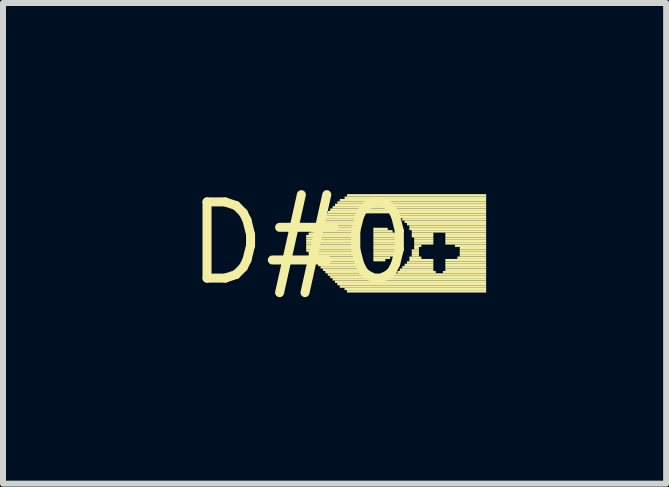
<source format=kicad_pcb>
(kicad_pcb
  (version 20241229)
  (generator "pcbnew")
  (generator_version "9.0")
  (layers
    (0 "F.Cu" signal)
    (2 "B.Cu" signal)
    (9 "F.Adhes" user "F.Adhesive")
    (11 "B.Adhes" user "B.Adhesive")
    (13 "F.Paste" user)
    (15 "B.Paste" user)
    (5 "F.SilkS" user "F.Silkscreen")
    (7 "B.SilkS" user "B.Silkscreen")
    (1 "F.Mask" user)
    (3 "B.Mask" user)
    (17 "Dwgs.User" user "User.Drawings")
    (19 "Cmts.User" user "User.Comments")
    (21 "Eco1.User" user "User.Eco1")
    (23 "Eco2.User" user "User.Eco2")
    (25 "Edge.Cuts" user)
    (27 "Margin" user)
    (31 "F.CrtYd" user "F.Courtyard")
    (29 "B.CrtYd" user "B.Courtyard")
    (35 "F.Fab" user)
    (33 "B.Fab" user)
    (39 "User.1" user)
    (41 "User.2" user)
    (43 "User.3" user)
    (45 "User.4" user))
  (footprint "D#0"
    (layer "F.Cu")
    (at 1.973 1.006)
    (property "Reference" "D#0" (at 0 0 0) (layer "F.SilkS") (effects (font (size 1.27 1.27) (thickness 0.15))))
    (fp_poly (pts (xy 0.08 -0.1) (xy 0.96 -0.1) (xy 0.96 -0.14) (xy 0.08 -0.14)) (stroke (width 0) (type default)) (fill yes) (layer "F.SilkS"))
    (fp_poly (pts (xy 0.08 -0.06) (xy 0.96 -0.06) (xy 0.96 -0.1) (xy 0.08 -0.1)) (stroke (width 0) (type default)) (fill yes) (layer "F.SilkS"))
    (fp_poly (pts (xy 0.08 -0.02) (xy 0.96 -0.02) (xy 0.96 -0.06) (xy 0.08 -0.06)) (stroke (width 0) (type default)) (fill yes) (layer "F.SilkS"))
    (fp_poly (pts (xy 0.08 0.02) (xy 0.96 0.02) (xy 0.96 -0.02) (xy 0.08 -0.02)) (stroke (width 0) (type default)) (fill yes) (layer "F.SilkS"))
    (fp_poly (pts (xy 0.08 0.06) (xy 0.96 0.06) (xy 0.96 0.02) (xy 0.08 0.02)) (stroke (width 0) (type default)) (fill yes) (layer "F.SilkS"))
    (fp_poly (pts (xy 0.08 0.1) (xy 0.96 0.1) (xy 0.96 0.06) (xy 0.08 0.06)) (stroke (width 0) (type default)) (fill yes) (layer "F.SilkS"))
    (fp_poly (pts (xy 0.08 0.14) (xy 0.96 0.14) (xy 0.96 0.1) (xy 0.08 0.1)) (stroke (width 0) (type default)) (fill yes) (layer "F.SilkS"))
    (fp_poly (pts (xy 0.12 -0.14) (xy 0.96 -0.14) (xy 0.96 -0.18) (xy 0.12 -0.18)) (stroke (width 0) (type default)) (fill yes) (layer "F.SilkS"))
    (fp_poly (pts (xy 0.12 0.18) (xy 0.96 0.18) (xy 0.96 0.14) (xy 0.12 0.14)) (stroke (width 0) (type default)) (fill yes) (layer "F.SilkS"))
    (fp_poly (pts (xy 0.16 -0.22) (xy 0.96 -0.22) (xy 0.96 -0.26) (xy 0.16 -0.26)) (stroke (width 0) (type default)) (fill yes) (layer "F.SilkS"))
    (fp_poly (pts (xy 0.16 -0.18) (xy 0.96 -0.18) (xy 0.96 -0.22) (xy 0.16 -0.22)) (stroke (width 0) (type default)) (fill yes) (layer "F.SilkS"))
    (fp_poly (pts (xy 0.16 0.22) (xy 0.96 0.22) (xy 0.96 0.18) (xy 0.16 0.18)) (stroke (width 0) (type default)) (fill yes) (layer "F.SilkS"))
    (fp_poly (pts (xy 0.16 0.26) (xy 0.96 0.26) (xy 0.96 0.22) (xy 0.16 0.22)) (stroke (width 0) (type default)) (fill yes) (layer "F.SilkS"))
    (fp_poly (pts (xy 0.2 -0.26) (xy 0.96 -0.26) (xy 0.96 -0.3) (xy 0.2 -0.3)) (stroke (width 0) (type default)) (fill yes) (layer "F.SilkS"))
    (fp_poly (pts (xy 0.2 0.3) (xy 0.96 0.3) (xy 0.96 0.26) (xy 0.2 0.26)) (stroke (width 0) (type default)) (fill yes) (layer "F.SilkS"))
    (fp_poly (pts (xy 0.24 -0.3) (xy 0.96 -0.3) (xy 0.96 -0.34) (xy 0.24 -0.34)) (stroke (width 0) (type default)) (fill yes) (layer "F.SilkS"))
    (fp_poly (pts (xy 0.24 0.34) (xy 0.96 0.34) (xy 0.96 0.3) (xy 0.24 0.3)) (stroke (width 0) (type default)) (fill yes) (layer "F.SilkS"))
    (fp_poly (pts (xy 0.28 -0.34) (xy 0.96 -0.34) (xy 0.96 -0.38) (xy 0.28 -0.38)) (stroke (width 0) (type default)) (fill yes) (layer "F.SilkS"))
    (fp_poly (pts (xy 0.28 0.38) (xy 0.96 0.38) (xy 0.96 0.34) (xy 0.28 0.34)) (stroke (width 0) (type default)) (fill yes) (layer "F.SilkS"))
    (fp_poly (pts (xy 0.32 -0.38) (xy 0.96 -0.38) (xy 0.96 -0.42) (xy 0.32 -0.42)) (stroke (width 0) (type default)) (fill yes) (layer "F.SilkS"))
    (fp_poly (pts (xy 0.32 0.42) (xy 0.96 0.42) (xy 0.96 0.38) (xy 0.32 0.38)) (stroke (width 0) (type default)) (fill yes) (layer "F.SilkS"))
    (fp_poly (pts (xy 0.36 -0.42) (xy 0.96 -0.42) (xy 0.96 -0.46) (xy 0.36 -0.46)) (stroke (width 0) (type default)) (fill yes) (layer "F.SilkS"))
    (fp_poly (pts (xy 0.36 0.46) (xy 0.96 0.46) (xy 0.96 0.42) (xy 0.36 0.42)) (stroke (width 0) (type default)) (fill yes) (layer "F.SilkS"))
    (fp_poly (pts (xy 0.4 -0.46) (xy 0.96 -0.46) (xy 0.96 -0.5) (xy 0.4 -0.5)) (stroke (width 0) (type default)) (fill yes) (layer "F.SilkS"))
    (fp_poly (pts (xy 0.4 0.5) (xy 0.96 0.5) (xy 0.96 0.46) (xy 0.4 0.46)) (stroke (width 0) (type default)) (fill yes) (layer "F.SilkS"))
    (fp_poly (pts (xy 0.44 -0.5) (xy 3.08 -0.5) (xy 3.08 -0.54) (xy 0.44 -0.54)) (stroke (width 0) (type default)) (fill yes) (layer "F.SilkS"))
    (fp_poly (pts (xy 0.44 0.54) (xy 1 0.54) (xy 1 0.5) (xy 0.44 0.5)) (stroke (width 0) (type default)) (fill yes) (layer "F.SilkS"))
    (fp_poly (pts (xy 0.48 -0.54) (xy 3.08 -0.54) (xy 3.08 -0.58) (xy 0.48 -0.58)) (stroke (width 0) (type default)) (fill yes) (layer "F.SilkS"))
    (fp_poly (pts (xy 0.48 0.58) (xy 3.08 0.58) (xy 3.08 0.54) (xy 0.48 0.54)) (stroke (width 0) (type default)) (fill yes) (layer "F.SilkS"))
    (fp_poly (pts (xy 0.52 -0.58) (xy 3.08 -0.58) (xy 3.08 -0.62) (xy 0.52 -0.62)) (stroke (width 0) (type default)) (fill yes) (layer "F.SilkS"))
    (fp_poly (pts (xy 0.52 0.62) (xy 3.08 0.62) (xy 3.08 0.58) (xy 0.52 0.58)) (stroke (width 0) (type default)) (fill yes) (layer "F.SilkS"))
    (fp_poly (pts (xy 0.56 -0.62) (xy 3.08 -0.62) (xy 3.08 -0.66) (xy 0.56 -0.66)) (stroke (width 0) (type default)) (fill yes) (layer "F.SilkS"))
    (fp_poly (pts (xy 0.56 0.66) (xy 3.08 0.66) (xy 3.08 0.62) (xy 0.56 0.62)) (stroke (width 0) (type default)) (fill yes) (layer "F.SilkS"))
    (fp_poly (pts (xy 0.6 -0.66) (xy 3.08 -0.66) (xy 3.08 -0.7) (xy 0.6 -0.7)) (stroke (width 0) (type default)) (fill yes) (layer "F.SilkS"))
    (fp_poly (pts (xy 0.6 0.7) (xy 3.08 0.7) (xy 3.08 0.66) (xy 0.6 0.66)) (stroke (width 0) (type default)) (fill yes) (layer "F.SilkS"))
    (fp_poly (pts (xy 0.64 -0.7) (xy 3.08 -0.7) (xy 3.08 -0.74) (xy 0.64 -0.74)) (stroke (width 0) (type default)) (fill yes) (layer "F.SilkS"))
    (fp_poly (pts (xy 0.64 0.74) (xy 3.08 0.74) (xy 3.08 0.7) (xy 0.64 0.7)) (stroke (width 0) (type default)) (fill yes) (layer "F.SilkS"))
    (fp_poly (pts (xy 0.72 -0.74) (xy 3.08 -0.74) (xy 3.08 -0.78) (xy 0.72 -0.78)) (stroke (width 0) (type default)) (fill yes) (layer "F.SilkS"))
    (fp_poly (pts (xy 0.72 0.78) (xy 3.08 0.78) (xy 3.08 0.74) (xy 0.72 0.74)) (stroke (width 0) (type default)) (fill yes) (layer "F.SilkS"))
    (fp_poly (pts (xy 0.76 -0.78) (xy 3.08 -0.78) (xy 3.08 -0.82) (xy 0.76 -0.82)) (stroke (width 0) (type default)) (fill yes) (layer "F.SilkS"))
    (fp_poly (pts (xy 0.76 0.82) (xy 3.08 0.82) (xy 3.08 0.78) (xy 0.76 0.78)) (stroke (width 0) (type default)) (fill yes) (layer "F.SilkS"))
    (fp_poly (pts (xy 1.2 -0.22) (xy 1.44 -0.22) (xy 1.44 -0.26) (xy 1.2 -0.26)) (stroke (width 0) (type default)) (fill yes) (layer "F.SilkS"))
    (fp_poly (pts (xy 1.2 -0.18) (xy 1.52 -0.18) (xy 1.52 -0.22) (xy 1.2 -0.22)) (stroke (width 0) (type default)) (fill yes) (layer "F.SilkS"))
    (fp_poly (pts (xy 1.2 -0.14) (xy 1.56 -0.14) (xy 1.56 -0.18) (xy 1.2 -0.18)) (stroke (width 0) (type default)) (fill yes) (layer "F.SilkS"))
    (fp_poly (pts (xy 1.2 -0.1) (xy 1.6 -0.1) (xy 1.6 -0.14) (xy 1.2 -0.14)) (stroke (width 0) (type default)) (fill yes) (layer "F.SilkS"))
    (fp_poly (pts (xy 1.2 -0.06) (xy 1.6 -0.06) (xy 1.6 -0.1) (xy 1.2 -0.1)) (stroke (width 0) (type default)) (fill yes) (layer "F.SilkS"))
    (fp_poly (pts (xy 1.2 -0.02) (xy 1.6 -0.02) (xy 1.6 -0.06) (xy 1.2 -0.06)) (stroke (width 0) (type default)) (fill yes) (layer "F.SilkS"))
    (fp_poly (pts (xy 1.2 0.02) (xy 1.6 0.02) (xy 1.6 -0.02) (xy 1.2 -0.02)) (stroke (width 0) (type default)) (fill yes) (layer "F.SilkS"))
    (fp_poly (pts (xy 1.2 0.06) (xy 1.6 0.06) (xy 1.6 0.02) (xy 1.2 0.02)) (stroke (width 0) (type default)) (fill yes) (layer "F.SilkS"))
    (fp_poly (pts (xy 1.2 0.1) (xy 1.6 0.1) (xy 1.6 0.06) (xy 1.2 0.06)) (stroke (width 0) (type default)) (fill yes) (layer "F.SilkS"))
    (fp_poly (pts (xy 1.2 0.14) (xy 1.6 0.14) (xy 1.6 0.1) (xy 1.2 0.1)) (stroke (width 0) (type default)) (fill yes) (layer "F.SilkS"))
    (fp_poly (pts (xy 1.2 0.18) (xy 1.56 0.18) (xy 1.56 0.14) (xy 1.2 0.14)) (stroke (width 0) (type default)) (fill yes) (layer "F.SilkS"))
    (fp_poly (pts (xy 1.2 0.22) (xy 1.56 0.22) (xy 1.56 0.18) (xy 1.2 0.18)) (stroke (width 0) (type default)) (fill yes) (layer "F.SilkS"))
    (fp_poly (pts (xy 1.2 0.26) (xy 1.48 0.26) (xy 1.48 0.22) (xy 1.2 0.22)) (stroke (width 0) (type default)) (fill yes) (layer "F.SilkS"))
    (fp_poly (pts (xy 1.2 0.3) (xy 1.4 0.3) (xy 1.4 0.26) (xy 1.2 0.26)) (stroke (width 0) (type default)) (fill yes) (layer "F.SilkS"))
    (fp_poly (pts (xy 1.48 0.54) (xy 3.08 0.54) (xy 3.08 0.5) (xy 1.48 0.5)) (stroke (width 0) (type default)) (fill yes) (layer "F.SilkS"))
    (fp_poly (pts (xy 1.52 -0.46) (xy 3.08 -0.46) (xy 3.08 -0.5) (xy 1.52 -0.5)) (stroke (width 0) (type default)) (fill yes) (layer "F.SilkS"))
    (fp_poly (pts (xy 1.6 -0.42) (xy 3.08 -0.42) (xy 3.08 -0.46) (xy 1.6 -0.46)) (stroke (width 0) (type default)) (fill yes) (layer "F.SilkS"))
    (fp_poly (pts (xy 1.6 0.5) (xy 2.24 0.5) (xy 2.24 0.46) (xy 1.6 0.46)) (stroke (width 0) (type default)) (fill yes) (layer "F.SilkS"))
    (fp_poly (pts (xy 1.64 0.46) (xy 2.2 0.46) (xy 2.2 0.42) (xy 1.64 0.42)) (stroke (width 0) (type default)) (fill yes) (layer "F.SilkS"))
    (fp_poly (pts (xy 1.68 -0.38) (xy 3.08 -0.38) (xy 3.08 -0.42) (xy 1.68 -0.42)) (stroke (width 0) (type default)) (fill yes) (layer "F.SilkS"))
    (fp_poly (pts (xy 1.68 0.42) (xy 2.2 0.42) (xy 2.2 0.38) (xy 1.68 0.38)) (stroke (width 0) (type default)) (fill yes) (layer "F.SilkS"))
    (fp_poly (pts (xy 1.72 -0.34) (xy 3.08 -0.34) (xy 3.08 -0.38) (xy 1.72 -0.38)) (stroke (width 0) (type default)) (fill yes) (layer "F.SilkS"))
    (fp_poly (pts (xy 1.72 0.38) (xy 2.2 0.38) (xy 2.2 0.34) (xy 1.72 0.34)) (stroke (width 0) (type default)) (fill yes) (layer "F.SilkS"))
    (fp_poly (pts (xy 1.76 -0.3) (xy 3.08 -0.3) (xy 3.08 -0.34) (xy 1.76 -0.34)) (stroke (width 0) (type default)) (fill yes) (layer "F.SilkS"))
    (fp_poly (pts (xy 1.76 0.34) (xy 2.2 0.34) (xy 2.2 0.3) (xy 1.76 0.3)) (stroke (width 0) (type default)) (fill yes) (layer "F.SilkS"))
    (fp_poly (pts (xy 1.8 -0.26) (xy 3.08 -0.26) (xy 3.08 -0.3) (xy 1.8 -0.3)) (stroke (width 0) (type default)) (fill yes) (layer "F.SilkS"))
    (fp_poly (pts (xy 1.8 -0.22) (xy 3.08 -0.22) (xy 3.08 -0.26) (xy 1.8 -0.26)) (stroke (width 0) (type default)) (fill yes) (layer "F.SilkS"))
    (fp_poly (pts (xy 1.8 0.26) (xy 2 0.26) (xy 2 0.22) (xy 1.8 0.22)) (stroke (width 0) (type default)) (fill yes) (layer "F.SilkS"))
    (fp_poly (pts (xy 1.8 0.3) (xy 2.2 0.3) (xy 2.2 0.26) (xy 1.8 0.26)) (stroke (width 0) (type default)) (fill yes) (layer "F.SilkS"))
    (fp_poly (pts (xy 1.84 -0.18) (xy 3.08 -0.18) (xy 3.08 -0.22) (xy 1.84 -0.22)) (stroke (width 0) (type default)) (fill yes) (layer "F.SilkS"))
    (fp_poly (pts (xy 1.84 -0.14) (xy 2.2 -0.14) (xy 2.2 -0.18) (xy 1.84 -0.18)) (stroke (width 0) (type default)) (fill yes) (layer "F.SilkS"))
    (fp_poly (pts (xy 1.84 -0.1) (xy 2.2 -0.1) (xy 2.2 -0.14) (xy 1.84 -0.14)) (stroke (width 0) (type default)) (fill yes) (layer "F.SilkS"))
    (fp_poly (pts (xy 1.84 0.14) (xy 1.96 0.14) (xy 1.96 0.1) (xy 1.84 0.1)) (stroke (width 0) (type default)) (fill yes) (layer "F.SilkS"))
    (fp_poly (pts (xy 1.84 0.18) (xy 1.96 0.18) (xy 1.96 0.14) (xy 1.84 0.14)) (stroke (width 0) (type default)) (fill yes) (layer "F.SilkS"))
    (fp_poly (pts (xy 1.84 0.22) (xy 1.96 0.22) (xy 1.96 0.18) (xy 1.84 0.18)) (stroke (width 0) (type default)) (fill yes) (layer "F.SilkS"))
    (fp_poly (pts (xy 1.88 -0.06) (xy 2.2 -0.06) (xy 2.2 -0.1) (xy 1.88 -0.1)) (stroke (width 0) (type default)) (fill yes) (layer "F.SilkS"))
    (fp_poly (pts (xy 1.88 -0.02) (xy 2.2 -0.02) (xy 2.2 -0.06) (xy 1.88 -0.06)) (stroke (width 0) (type default)) (fill yes) (layer "F.SilkS"))
    (fp_poly (pts (xy 1.88 0.02) (xy 2.2 0.02) (xy 2.2 -0.02) (xy 1.88 -0.02)) (stroke (width 0) (type default)) (fill yes) (layer "F.SilkS"))
    (fp_poly (pts (xy 1.88 0.06) (xy 2 0.06) (xy 2 0.02) (xy 1.88 0.02)) (stroke (width 0) (type default)) (fill yes) (layer "F.SilkS"))
    (fp_poly (pts (xy 1.88 0.1) (xy 1.96 0.1) (xy 1.96 0.06) (xy 1.88 0.06)) (stroke (width 0) (type default)) (fill yes) (layer "F.SilkS"))
    (fp_poly (pts (xy 2.36 0.5) (xy 3.08 0.5) (xy 3.08 0.46) (xy 2.36 0.46)) (stroke (width 0) (type default)) (fill yes) (layer "F.SilkS"))
    (fp_poly (pts (xy 2.4 -0.14) (xy 3.08 -0.14) (xy 3.08 -0.18) (xy 2.4 -0.18)) (stroke (width 0) (type default)) (fill yes) (layer "F.SilkS"))
    (fp_poly (pts (xy 2.4 -0.1) (xy 3.08 -0.1) (xy 3.08 -0.14) (xy 2.4 -0.14)) (stroke (width 0) (type default)) (fill yes) (layer "F.SilkS"))
    (fp_poly (pts (xy 2.4 -0.06) (xy 3.08 -0.06) (xy 3.08 -0.1) (xy 2.4 -0.1)) (stroke (width 0) (type default)) (fill yes) (layer "F.SilkS"))
    (fp_poly (pts (xy 2.4 -0.02) (xy 3.08 -0.02) (xy 3.08 -0.06) (xy 2.4 -0.06)) (stroke (width 0) (type default)) (fill yes) (layer "F.SilkS"))
    (fp_poly (pts (xy 2.4 0.02) (xy 3.08 0.02) (xy 3.08 -0.02) (xy 2.4 -0.02)) (stroke (width 0) (type default)) (fill yes) (layer "F.SilkS"))
    (fp_poly (pts (xy 2.4 0.3) (xy 3.08 0.3) (xy 3.08 0.26) (xy 2.4 0.26)) (stroke (width 0) (type default)) (fill yes) (layer "F.SilkS"))
    (fp_poly (pts (xy 2.4 0.34) (xy 3.08 0.34) (xy 3.08 0.3) (xy 2.4 0.3)) (stroke (width 0) (type default)) (fill yes) (layer "F.SilkS"))
    (fp_poly (pts (xy 2.4 0.38) (xy 3.08 0.38) (xy 3.08 0.34) (xy 2.4 0.34)) (stroke (width 0) (type default)) (fill yes) (layer "F.SilkS"))
    (fp_poly (pts (xy 2.4 0.42) (xy 3.08 0.42) (xy 3.08 0.38) (xy 2.4 0.38)) (stroke (width 0) (type default)) (fill yes) (layer "F.SilkS"))
    (fp_poly (pts (xy 2.4 0.46) (xy 3.08 0.46) (xy 3.08 0.42) (xy 2.4 0.42)) (stroke (width 0) (type default)) (fill yes) (layer "F.SilkS"))
    (fp_poly (pts (xy 2.56 0.06) (xy 3.08 0.06) (xy 3.08 0.02) (xy 2.56 0.02)) (stroke (width 0) (type default)) (fill yes) (layer "F.SilkS"))
    (fp_poly (pts (xy 2.6 0.26) (xy 3.08 0.26) (xy 3.08 0.22) (xy 2.6 0.22)) (stroke (width 0) (type default)) (fill yes) (layer "F.SilkS"))
    (fp_poly (pts (xy 2.64 0.1) (xy 3.08 0.1) (xy 3.08 0.06) (xy 2.64 0.06)) (stroke (width 0) (type default)) (fill yes) (layer "F.SilkS"))
    (fp_poly (pts (xy 2.64 0.14) (xy 3.08 0.14) (xy 3.08 0.1) (xy 2.64 0.1)) (stroke (width 0) (type default)) (fill yes) (layer "F.SilkS"))
    (fp_poly (pts (xy 2.64 0.18) (xy 3.08 0.18) (xy 3.08 0.14) (xy 2.64 0.14)) (stroke (width 0) (type default)) (fill yes) (layer "F.SilkS"))
    (fp_poly (pts (xy 2.64 0.22) (xy 3.08 0.22) (xy 3.08 0.18) (xy 2.64 0.18)) (stroke (width 0) (type default)) (fill yes) (layer "F.SilkS")))
  (gr_rect
    (start -3 -3)
    (end 8.053 5.012)
    (stroke (width 0.1) (type default))
    (fill no)
    (layer "Edge.Cuts")))
</source>
